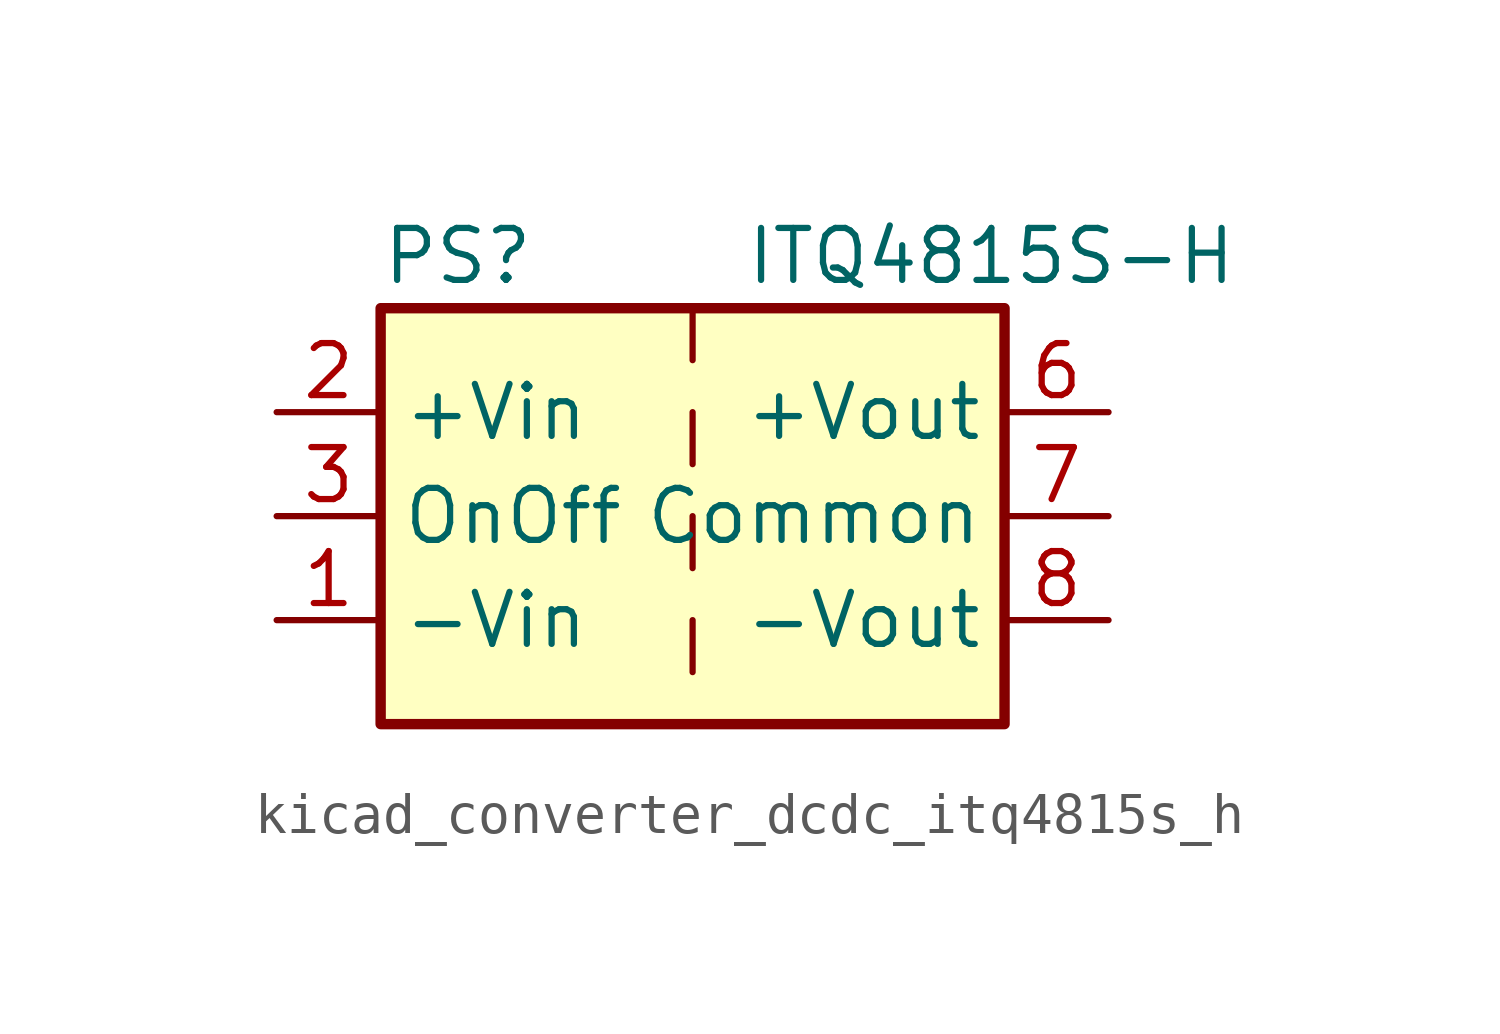
<source format=kicad_sym>
(kicad_symbol_lib
  (version 20220914)
  (generator kicad_symbol_editor)
  (symbol "kicad_converter_dcdc_itq4815s_h"
    (property "Reference" "PS"
      (at -7.62 6.35 0)
      (effects (font (size 1.27 1.27)) (justify left)))
    (property "Value" "ITQ4815S-H"
      (at 1.27 6.35 0)
      (effects (font (size 1.27 1.27)) (justify left)))
    (symbol "kicad_converter_dcdc_itq4815s_h_0_0"
      (pin power_in line (at -10.16 -2.54 0) (length 2.54) (name "-Vin" (effects (font (size 1.27 1.27)))) (number "1" (effects (font (size 1.27 1.27)))))
      (pin power_in line (at -10.16 2.54 0) (length 2.54) (name "+Vin" (effects (font (size 1.27 1.27)))) (number "2" (effects (font (size 1.27 1.27)))))
      (pin input line (at -10.16 0 0) (length 2.54) (name "OnOff" (effects (font (size 1.27 1.27)))) (number "3" (effects (font (size 1.27 1.27)))))
      (pin power_out line (at 10.16 2.54 180) (length 2.54) (name "+Vout" (effects (font (size 1.27 1.27)))) (number "6" (effects (font (size 1.27 1.27)))))
      (pin power_out line (at 10.16 0 180) (length 2.54) (name "Common" (effects (font (size 1.27 1.27)))) (number "7" (effects (font (size 1.27 1.27)))))
      (pin power_out line (at 10.16 -2.54 180) (length 2.54) (name "-Vout" (effects (font (size 1.27 1.27)))) (number "8" (effects (font (size 1.27 1.27))))))
    (symbol "kicad_converter_dcdc_itq4815s_h_0_1"
      (rectangle (start -7.62 5.08) (end 7.62 -5.08) (stroke (width 0.254) (type default)) (fill (type background)))
      (polyline (pts (xy 0 -2.54) (xy 0 -3.81)) (stroke (width 0) (type default)) (fill (type none)))
      (polyline (pts (xy 0 0) (xy 0 -1.27)) (stroke (width 0) (type default)) (fill (type none)))
      (polyline (pts (xy 0 2.54) (xy 0 1.27)) (stroke (width 0) (type default)) (fill (type none)))
      (polyline (pts (xy 0 5.08) (xy 0 3.81)) (stroke (width 0) (type default)) (fill (type none))))))
</source>
